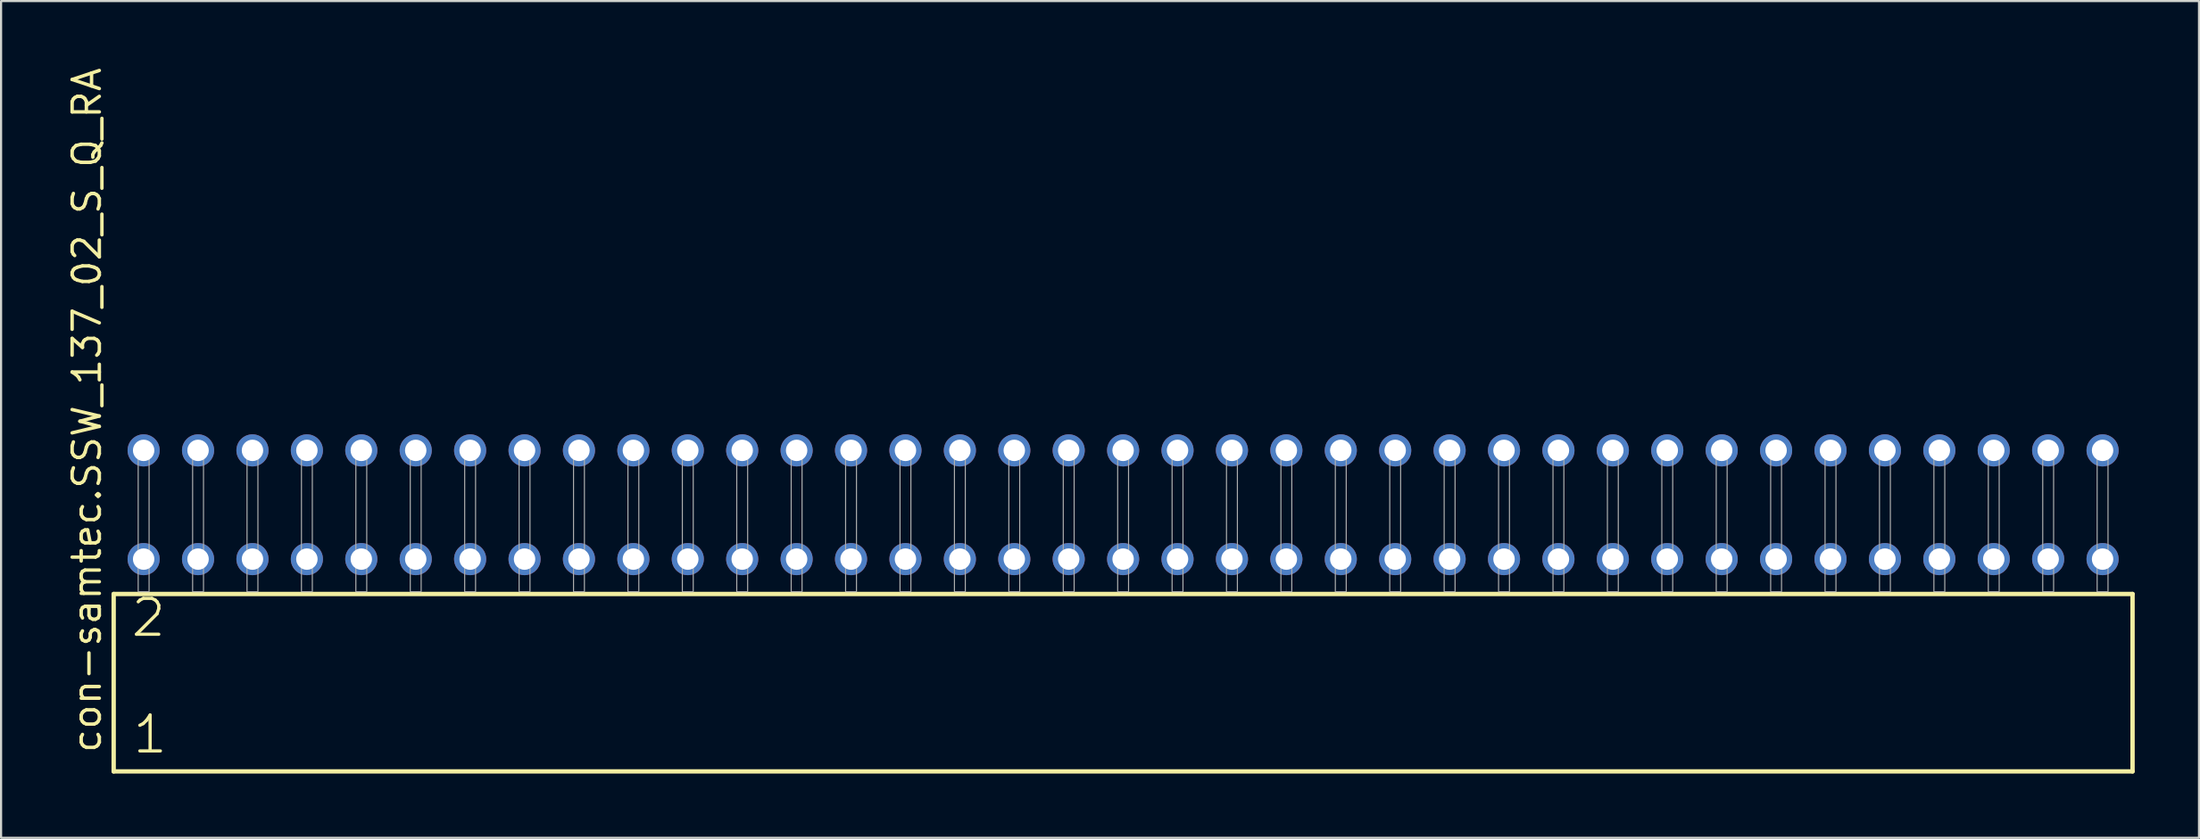
<source format=kicad_pcb>
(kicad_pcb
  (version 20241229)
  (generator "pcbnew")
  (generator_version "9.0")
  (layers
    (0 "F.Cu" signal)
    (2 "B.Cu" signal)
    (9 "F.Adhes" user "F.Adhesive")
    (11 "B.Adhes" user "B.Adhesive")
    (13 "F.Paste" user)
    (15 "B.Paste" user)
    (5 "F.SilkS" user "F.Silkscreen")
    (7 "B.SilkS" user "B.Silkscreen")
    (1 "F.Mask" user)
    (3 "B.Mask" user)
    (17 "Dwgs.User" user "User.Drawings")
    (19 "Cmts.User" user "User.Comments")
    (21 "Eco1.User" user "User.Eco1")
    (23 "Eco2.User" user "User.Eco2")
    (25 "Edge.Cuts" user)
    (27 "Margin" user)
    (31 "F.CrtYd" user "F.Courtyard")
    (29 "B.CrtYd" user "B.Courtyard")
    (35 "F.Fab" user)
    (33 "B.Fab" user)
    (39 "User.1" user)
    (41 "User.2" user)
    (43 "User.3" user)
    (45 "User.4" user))
  (footprint "con-samtec.SSW_137_02_S_Q_RA"
    (layer "F.Cu")
    (at 49.375 24.598)
    (property "Reference" "con-samtec.SSW_137_02_S_Q_RA" (at -47.625 7.62 90) (layer "F.SilkS") (effects (font (size 1.27 1.27) (thickness 0.16)) (justify left bottom)))
    (attr through_hole)
    (fp_line (start -47.119 0.106) (end -47.119 8.396) (stroke (width 0.203) (type default)) (layer "F.SilkS"))
    (fp_line (start -47.119 8.396) (end 47.119 8.396) (stroke (width 0.203) (type default)) (layer "F.SilkS"))
    (fp_line (start 47.119 0.106) (end -47.119 0.106) (stroke (width 0.203) (type default)) (layer "F.SilkS"))
    (fp_line (start 47.119 8.396) (end 47.119 0.106) (stroke (width 0.203) (type default)) (layer "F.SilkS"))
    (fp_rect (start -45.974 0) (end -45.466 -6.858) (stroke (width 0.05) (type default)) (fill no) (layer "F.Fab"))
    (fp_rect (start -43.434 0) (end -42.926 -6.858) (stroke (width 0.05) (type default)) (fill no) (layer "F.Fab"))
    (fp_rect (start -40.894 0) (end -40.386 -6.858) (stroke (width 0.05) (type default)) (fill no) (layer "F.Fab"))
    (fp_rect (start -38.354 0) (end -37.846 -6.858) (stroke (width 0.05) (type default)) (fill no) (layer "F.Fab"))
    (fp_rect (start -35.814 0) (end -35.306 -6.858) (stroke (width 0.05) (type default)) (fill no) (layer "F.Fab"))
    (fp_rect (start -33.274 0) (end -32.766 -6.858) (stroke (width 0.05) (type default)) (fill no) (layer "F.Fab"))
    (fp_rect (start -30.734 0) (end -30.226 -6.858) (stroke (width 0.05) (type default)) (fill no) (layer "F.Fab"))
    (fp_rect (start -28.194 0) (end -27.686 -6.858) (stroke (width 0.05) (type default)) (fill no) (layer "F.Fab"))
    (fp_rect (start -25.654 0) (end -25.146 -6.858) (stroke (width 0.05) (type default)) (fill no) (layer "F.Fab"))
    (fp_rect (start -23.114 0) (end -22.606 -6.858) (stroke (width 0.05) (type default)) (fill no) (layer "F.Fab"))
    (fp_rect (start -20.574 0) (end -20.066 -6.858) (stroke (width 0.05) (type default)) (fill no) (layer "F.Fab"))
    (fp_rect (start -18.034 0) (end -17.526 -6.858) (stroke (width 0.05) (type default)) (fill no) (layer "F.Fab"))
    (fp_rect (start -15.494 0) (end -14.986 -6.858) (stroke (width 0.05) (type default)) (fill no) (layer "F.Fab"))
    (fp_rect (start -12.954 0) (end -12.446 -6.858) (stroke (width 0.05) (type default)) (fill no) (layer "F.Fab"))
    (fp_rect (start -10.414 0) (end -9.906 -6.858) (stroke (width 0.05) (type default)) (fill no) (layer "F.Fab"))
    (fp_rect (start -7.874 0) (end -7.366 -6.858) (stroke (width 0.05) (type default)) (fill no) (layer "F.Fab"))
    (fp_rect (start -5.334 0) (end -4.826 -6.858) (stroke (width 0.05) (type default)) (fill no) (layer "F.Fab"))
    (fp_rect (start -2.794 0) (end -2.286 -6.858) (stroke (width 0.05) (type default)) (fill no) (layer "F.Fab"))
    (fp_rect (start -0.254 0) (end 0.254 -6.858) (stroke (width 0.05) (type default)) (fill no) (layer "F.Fab"))
    (fp_rect (start 2.286 0) (end 2.794 -6.858) (stroke (width 0.05) (type default)) (fill no) (layer "F.Fab"))
    (fp_rect (start 4.826 0) (end 5.334 -6.858) (stroke (width 0.05) (type default)) (fill no) (layer "F.Fab"))
    (fp_rect (start 7.366 0) (end 7.874 -6.858) (stroke (width 0.05) (type default)) (fill no) (layer "F.Fab"))
    (fp_rect (start 9.906 0) (end 10.414 -6.858) (stroke (width 0.05) (type default)) (fill no) (layer "F.Fab"))
    (fp_rect (start 12.446 0) (end 12.954 -6.858) (stroke (width 0.05) (type default)) (fill no) (layer "F.Fab"))
    (fp_rect (start 14.986 0) (end 15.494 -6.858) (stroke (width 0.05) (type default)) (fill no) (layer "F.Fab"))
    (fp_rect (start 17.526 0) (end 18.034 -6.858) (stroke (width 0.05) (type default)) (fill no) (layer "F.Fab"))
    (fp_rect (start 20.066 0) (end 20.574 -6.858) (stroke (width 0.05) (type default)) (fill no) (layer "F.Fab"))
    (fp_rect (start 22.606 0) (end 23.114 -6.858) (stroke (width 0.05) (type default)) (fill no) (layer "F.Fab"))
    (fp_rect (start 25.146 0) (end 25.654 -6.858) (stroke (width 0.05) (type default)) (fill no) (layer "F.Fab"))
    (fp_rect (start 27.686 0) (end 28.194 -6.858) (stroke (width 0.05) (type default)) (fill no) (layer "F.Fab"))
    (fp_rect (start 30.226 0) (end 30.734 -6.858) (stroke (width 0.05) (type default)) (fill no) (layer "F.Fab"))
    (fp_rect (start 32.766 0) (end 33.274 -6.858) (stroke (width 0.05) (type default)) (fill no) (layer "F.Fab"))
    (fp_rect (start 35.306 0) (end 35.814 -6.858) (stroke (width 0.05) (type default)) (fill no) (layer "F.Fab"))
    (fp_rect (start 37.846 0) (end 38.354 -6.858) (stroke (width 0.05) (type default)) (fill no) (layer "F.Fab"))
    (fp_rect (start 40.386 0) (end 40.894 -6.858) (stroke (width 0.05) (type default)) (fill no) (layer "F.Fab"))
    (fp_rect (start 42.926 0) (end 43.434 -6.858) (stroke (width 0.05) (type default)) (fill no) (layer "F.Fab"))
    (fp_rect (start 45.466 0) (end 45.974 -6.858) (stroke (width 0.05) (type default)) (fill no) (layer "F.Fab"))
    (fp_text user "2" (at -46.39 2.2 0) (layer "F.SilkS") (effects (font (size 1.676 1.676) (thickness 0.15)) (justify left bottom)))
    (fp_text user "1" (at -46.315 7.65 0) (layer "F.SilkS") (effects (font (size 1.676 1.676) (thickness 0.15)) (justify left bottom)))
    (pad "1" thru_hole circle (at -45.72 -1.524) (size 1.5 1.5) (drill 1) (layers "*.Cu" "*.Mask"))
    (pad "2" thru_hole circle (at -45.72 -6.604) (size 1.5 1.5) (drill 1) (layers "*.Cu" "*.Mask"))
    (pad "3" thru_hole circle (at -43.18 -1.524) (size 1.5 1.5) (drill 1) (layers "*.Cu" "*.Mask"))
    (pad "4" thru_hole circle (at -43.18 -6.604) (size 1.5 1.5) (drill 1) (layers "*.Cu" "*.Mask"))
    (pad "5" thru_hole circle (at -40.64 -1.524) (size 1.5 1.5) (drill 1) (layers "*.Cu" "*.Mask"))
    (pad "6" thru_hole circle (at -40.64 -6.604) (size 1.5 1.5) (drill 1) (layers "*.Cu" "*.Mask"))
    (pad "7" thru_hole circle (at -38.1 -1.524) (size 1.5 1.5) (drill 1) (layers "*.Cu" "*.Mask"))
    (pad "8" thru_hole circle (at -38.1 -6.604) (size 1.5 1.5) (drill 1) (layers "*.Cu" "*.Mask"))
    (pad "9" thru_hole circle (at -35.56 -1.524) (size 1.5 1.5) (drill 1) (layers "*.Cu" "*.Mask"))
    (pad "10" thru_hole circle (at -35.56 -6.604) (size 1.5 1.5) (drill 1) (layers "*.Cu" "*.Mask"))
    (pad "11" thru_hole circle (at -33.02 -1.524) (size 1.5 1.5) (drill 1) (layers "*.Cu" "*.Mask"))
    (pad "12" thru_hole circle (at -33.02 -6.604) (size 1.5 1.5) (drill 1) (layers "*.Cu" "*.Mask"))
    (pad "13" thru_hole circle (at -30.48 -1.524) (size 1.5 1.5) (drill 1) (layers "*.Cu" "*.Mask"))
    (pad "14" thru_hole circle (at -30.48 -6.604) (size 1.5 1.5) (drill 1) (layers "*.Cu" "*.Mask"))
    (pad "15" thru_hole circle (at -27.94 -1.524) (size 1.5 1.5) (drill 1) (layers "*.Cu" "*.Mask"))
    (pad "16" thru_hole circle (at -27.94 -6.604) (size 1.5 1.5) (drill 1) (layers "*.Cu" "*.Mask"))
    (pad "17" thru_hole circle (at -25.4 -1.524) (size 1.5 1.5) (drill 1) (layers "*.Cu" "*.Mask"))
    (pad "18" thru_hole circle (at -25.4 -6.604) (size 1.5 1.5) (drill 1) (layers "*.Cu" "*.Mask"))
    (pad "19" thru_hole circle (at -22.86 -1.524) (size 1.5 1.5) (drill 1) (layers "*.Cu" "*.Mask"))
    (pad "20" thru_hole circle (at -22.86 -6.604) (size 1.5 1.5) (drill 1) (layers "*.Cu" "*.Mask"))
    (pad "21" thru_hole circle (at -20.32 -1.524) (size 1.5 1.5) (drill 1) (layers "*.Cu" "*.Mask"))
    (pad "22" thru_hole circle (at -20.32 -6.604) (size 1.5 1.5) (drill 1) (layers "*.Cu" "*.Mask"))
    (pad "23" thru_hole circle (at -17.78 -1.524) (size 1.5 1.5) (drill 1) (layers "*.Cu" "*.Mask"))
    (pad "24" thru_hole circle (at -17.78 -6.604) (size 1.5 1.5) (drill 1) (layers "*.Cu" "*.Mask"))
    (pad "25" thru_hole circle (at -15.24 -1.524) (size 1.5 1.5) (drill 1) (layers "*.Cu" "*.Mask"))
    (pad "26" thru_hole circle (at -15.24 -6.604) (size 1.5 1.5) (drill 1) (layers "*.Cu" "*.Mask"))
    (pad "27" thru_hole circle (at -12.7 -1.524) (size 1.5 1.5) (drill 1) (layers "*.Cu" "*.Mask"))
    (pad "28" thru_hole circle (at -12.7 -6.604) (size 1.5 1.5) (drill 1) (layers "*.Cu" "*.Mask"))
    (pad "29" thru_hole circle (at -10.16 -1.524) (size 1.5 1.5) (drill 1) (layers "*.Cu" "*.Mask"))
    (pad "30" thru_hole circle (at -10.16 -6.604) (size 1.5 1.5) (drill 1) (layers "*.Cu" "*.Mask"))
    (pad "31" thru_hole circle (at -7.62 -1.524) (size 1.5 1.5) (drill 1) (layers "*.Cu" "*.Mask"))
    (pad "32" thru_hole circle (at -7.62 -6.604) (size 1.5 1.5) (drill 1) (layers "*.Cu" "*.Mask"))
    (pad "33" thru_hole circle (at -5.08 -1.524) (size 1.5 1.5) (drill 1) (layers "*.Cu" "*.Mask"))
    (pad "34" thru_hole circle (at -5.08 -6.604) (size 1.5 1.5) (drill 1) (layers "*.Cu" "*.Mask"))
    (pad "35" thru_hole circle (at -2.54 -1.524) (size 1.5 1.5) (drill 1) (layers "*.Cu" "*.Mask"))
    (pad "36" thru_hole circle (at -2.54 -6.604) (size 1.5 1.5) (drill 1) (layers "*.Cu" "*.Mask"))
    (pad "37" thru_hole circle (at 0 -1.524) (size 1.5 1.5) (drill 1) (layers "*.Cu" "*.Mask"))
    (pad "38" thru_hole circle (at 0 -6.604) (size 1.5 1.5) (drill 1) (layers "*.Cu" "*.Mask"))
    (pad "39" thru_hole circle (at 2.54 -1.524) (size 1.5 1.5) (drill 1) (layers "*.Cu" "*.Mask"))
    (pad "40" thru_hole circle (at 2.54 -6.604) (size 1.5 1.5) (drill 1) (layers "*.Cu" "*.Mask"))
    (pad "41" thru_hole circle (at 5.08 -1.524) (size 1.5 1.5) (drill 1) (layers "*.Cu" "*.Mask"))
    (pad "42" thru_hole circle (at 5.08 -6.604) (size 1.5 1.5) (drill 1) (layers "*.Cu" "*.Mask"))
    (pad "43" thru_hole circle (at 7.62 -1.524) (size 1.5 1.5) (drill 1) (layers "*.Cu" "*.Mask"))
    (pad "44" thru_hole circle (at 7.62 -6.604) (size 1.5 1.5) (drill 1) (layers "*.Cu" "*.Mask"))
    (pad "45" thru_hole circle (at 10.16 -1.524) (size 1.5 1.5) (drill 1) (layers "*.Cu" "*.Mask"))
    (pad "46" thru_hole circle (at 10.16 -6.604) (size 1.5 1.5) (drill 1) (layers "*.Cu" "*.Mask"))
    (pad "47" thru_hole circle (at 12.7 -1.524) (size 1.5 1.5) (drill 1) (layers "*.Cu" "*.Mask"))
    (pad "48" thru_hole circle (at 12.7 -6.604) (size 1.5 1.5) (drill 1) (layers "*.Cu" "*.Mask"))
    (pad "49" thru_hole circle (at 15.24 -1.524) (size 1.5 1.5) (drill 1) (layers "*.Cu" "*.Mask"))
    (pad "50" thru_hole circle (at 15.24 -6.604) (size 1.5 1.5) (drill 1) (layers "*.Cu" "*.Mask"))
    (pad "51" thru_hole circle (at 17.78 -1.524) (size 1.5 1.5) (drill 1) (layers "*.Cu" "*.Mask"))
    (pad "52" thru_hole circle (at 17.78 -6.604) (size 1.5 1.5) (drill 1) (layers "*.Cu" "*.Mask"))
    (pad "53" thru_hole circle (at 20.32 -1.524) (size 1.5 1.5) (drill 1) (layers "*.Cu" "*.Mask"))
    (pad "54" thru_hole circle (at 20.32 -6.604) (size 1.5 1.5) (drill 1) (layers "*.Cu" "*.Mask"))
    (pad "55" thru_hole circle (at 22.86 -1.524) (size 1.5 1.5) (drill 1) (layers "*.Cu" "*.Mask"))
    (pad "56" thru_hole circle (at 22.86 -6.604) (size 1.5 1.5) (drill 1) (layers "*.Cu" "*.Mask"))
    (pad "57" thru_hole circle (at 25.4 -1.524) (size 1.5 1.5) (drill 1) (layers "*.Cu" "*.Mask"))
    (pad "58" thru_hole circle (at 25.4 -6.604) (size 1.5 1.5) (drill 1) (layers "*.Cu" "*.Mask"))
    (pad "59" thru_hole circle (at 27.94 -1.524) (size 1.5 1.5) (drill 1) (layers "*.Cu" "*.Mask"))
    (pad "60" thru_hole circle (at 27.94 -6.604) (size 1.5 1.5) (drill 1) (layers "*.Cu" "*.Mask"))
    (pad "61" thru_hole circle (at 30.48 -1.524) (size 1.5 1.5) (drill 1) (layers "*.Cu" "*.Mask"))
    (pad "62" thru_hole circle (at 30.48 -6.604) (size 1.5 1.5) (drill 1) (layers "*.Cu" "*.Mask"))
    (pad "63" thru_hole circle (at 33.02 -1.524) (size 1.5 1.5) (drill 1) (layers "*.Cu" "*.Mask"))
    (pad "64" thru_hole circle (at 33.02 -6.604) (size 1.5 1.5) (drill 1) (layers "*.Cu" "*.Mask"))
    (pad "65" thru_hole circle (at 35.56 -1.524) (size 1.5 1.5) (drill 1) (layers "*.Cu" "*.Mask"))
    (pad "66" thru_hole circle (at 35.56 -6.604) (size 1.5 1.5) (drill 1) (layers "*.Cu" "*.Mask"))
    (pad "67" thru_hole circle (at 38.1 -1.524) (size 1.5 1.5) (drill 1) (layers "*.Cu" "*.Mask"))
    (pad "68" thru_hole circle (at 38.1 -6.604) (size 1.5 1.5) (drill 1) (layers "*.Cu" "*.Mask"))
    (pad "69" thru_hole circle (at 40.64 -1.524) (size 1.5 1.5) (drill 1) (layers "*.Cu" "*.Mask"))
    (pad "70" thru_hole circle (at 40.64 -6.604) (size 1.5 1.5) (drill 1) (layers "*.Cu" "*.Mask"))
    (pad "71" thru_hole circle (at 43.18 -1.524) (size 1.5 1.5) (drill 1) (layers "*.Cu" "*.Mask"))
    (pad "72" thru_hole circle (at 43.18 -6.604) (size 1.5 1.5) (drill 1) (layers "*.Cu" "*.Mask"))
    (pad "73" thru_hole circle (at 45.72 -1.524) (size 1.5 1.5) (drill 1) (layers "*.Cu" "*.Mask"))
    (pad "74" thru_hole circle (at 45.72 -6.604) (size 1.5 1.5) (drill 1) (layers "*.Cu" "*.Mask")))
  (gr_rect
    (start -3 -3)
    (end 99.596 36.096)
    (stroke (width 0.1) (type default))
    (fill no)
    (layer "Edge.Cuts")))
</source>
